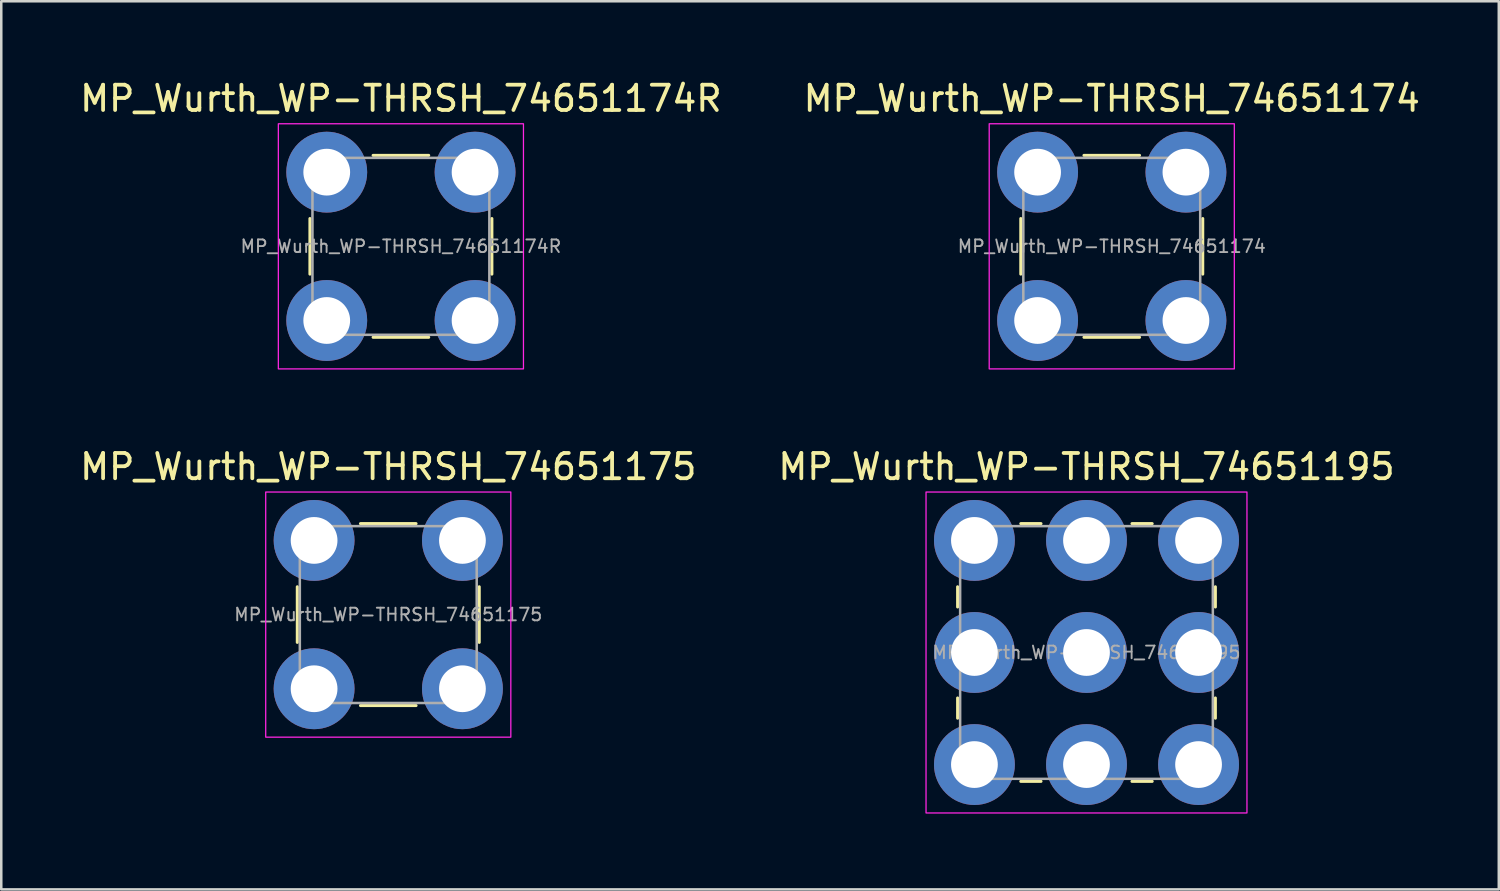
<source format=kicad_pcb>
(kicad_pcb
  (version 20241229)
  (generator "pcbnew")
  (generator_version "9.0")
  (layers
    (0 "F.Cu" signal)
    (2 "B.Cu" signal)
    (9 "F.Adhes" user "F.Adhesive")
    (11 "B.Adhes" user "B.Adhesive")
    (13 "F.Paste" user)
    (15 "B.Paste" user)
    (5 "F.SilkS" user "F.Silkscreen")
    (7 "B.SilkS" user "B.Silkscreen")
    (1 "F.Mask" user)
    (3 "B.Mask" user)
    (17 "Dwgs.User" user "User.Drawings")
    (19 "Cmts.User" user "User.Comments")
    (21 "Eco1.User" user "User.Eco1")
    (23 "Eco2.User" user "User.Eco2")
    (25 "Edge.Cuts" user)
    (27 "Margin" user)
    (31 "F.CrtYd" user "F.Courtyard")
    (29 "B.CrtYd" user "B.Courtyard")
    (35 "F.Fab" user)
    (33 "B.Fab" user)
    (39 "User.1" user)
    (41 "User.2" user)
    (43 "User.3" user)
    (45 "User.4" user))
  (footprint "MP_Wurth_WP-THRSH_74651174R"
    (layer "F.Cu")
    (at 12.815 6.698)
    (property "Reference" "MP_Wurth_WP-THRSH_74651174R" (at 0 -5.85 0) (unlocked yes) (layer "F.SilkS") (effects (font (size 1 1) (thickness 0.15))))
    (attr through_hole)
    (fp_line (start -3.6 1.1) (end -3.6 -1.1) (stroke (width 0.12) (type solid)) (layer "F.SilkS"))
    (fp_line (start -1.1 -3.6) (end 1.1 -3.6) (stroke (width 0.12) (type solid)) (layer "F.SilkS"))
    (fp_line (start 1.1 3.6) (end -1.1 3.6) (stroke (width 0.12) (type solid)) (layer "F.SilkS"))
    (fp_line (start 3.6 -1.1) (end 3.6 1.1) (stroke (width 0.12) (type solid)) (layer "F.SilkS"))
    (fp_circle (center -2.935 -2.935) (end -2.185 -2.935) (stroke (width 1.6) (type solid)) (fill no) (layer "F.Paste"))
    (fp_circle (center -2.935 2.935) (end -2.185 2.935) (stroke (width 1.6) (type solid)) (fill no) (layer "F.Paste"))
    (fp_circle (center 2.935 -2.935) (end 3.685 -2.935) (stroke (width 1.6) (type solid)) (fill no) (layer "F.Paste"))
    (fp_circle (center 2.935 2.935) (end 3.685 2.935) (stroke (width 1.6) (type solid)) (fill no) (layer "F.Paste"))
    (fp_rect (start -4.85 -4.85) (end 4.85 4.85) (stroke (width 0.05) (type solid)) (fill no) (layer "F.CrtYd"))
    (fp_line (start -3.5 -3.5) (end 3.5 -3.5) (stroke (width 0.1) (type solid)) (layer "F.Fab"))
    (fp_line (start -3.5 3.5) (end -3.5 -3.5) (stroke (width 0.1) (type solid)) (layer "F.Fab"))
    (fp_line (start 3.5 -3.5) (end 3.5 3.5) (stroke (width 0.1) (type solid)) (layer "F.Fab"))
    (fp_line (start 3.5 3.5) (end -3.5 3.5) (stroke (width 0.1) (type solid)) (layer "F.Fab"))
    (fp_text user "${REFERENCE}" (at 0 0 0) (unlocked yes) (layer "F.Fab") (effects (font (size 0.5 0.5) (thickness 0.075))))
    (pad "1" thru_hole circle (at -2.935 -2.935) (size 3.2 3.2) (drill 1.85) (layers "*.Cu" "*.Mask"))
    (pad "1" thru_hole circle (at -2.935 2.935) (size 3.2 3.2) (drill 1.85) (layers "*.Cu" "*.Mask"))
    (pad "1" thru_hole circle (at 2.935 -2.935) (size 3.2 3.2) (drill 1.85) (layers "*.Cu" "*.Mask"))
    (pad "1" thru_hole circle (at 2.935 2.935) (size 3.2 3.2) (drill 1.85) (layers "*.Cu" "*.Mask")))
  (footprint "MP_Wurth_WP-THRSH_74651175"
    (layer "F.Cu")
    (at 12.315 21.271)
    (property "Reference" "MP_Wurth_WP-THRSH_74651175" (at 0 -5.85 0) (unlocked yes) (layer "F.SilkS") (effects (font (size 1 1) (thickness 0.15))))
    (attr through_hole)
    (fp_line (start -3.6 1.1) (end -3.6 -1.1) (stroke (width 0.12) (type solid)) (layer "F.SilkS"))
    (fp_line (start -1.1 -3.6) (end 1.1 -3.6) (stroke (width 0.12) (type solid)) (layer "F.SilkS"))
    (fp_line (start 1.1 3.6) (end -1.1 3.6) (stroke (width 0.12) (type solid)) (layer "F.SilkS"))
    (fp_line (start 3.6 -1.1) (end 3.6 1.1) (stroke (width 0.12) (type solid)) (layer "F.SilkS"))
    (fp_circle (center -2.935 -2.935) (end -2.185 -2.935) (stroke (width 1.6) (type solid)) (fill no) (layer "F.Paste"))
    (fp_circle (center -2.935 2.935) (end -2.185 2.935) (stroke (width 1.6) (type solid)) (fill no) (layer "F.Paste"))
    (fp_circle (center 2.935 -2.935) (end 3.685 -2.935) (stroke (width 1.6) (type solid)) (fill no) (layer "F.Paste"))
    (fp_circle (center 2.935 2.935) (end 3.685 2.935) (stroke (width 1.6) (type solid)) (fill no) (layer "F.Paste"))
    (fp_rect (start -4.85 -4.85) (end 4.85 4.85) (stroke (width 0.05) (type solid)) (fill no) (layer "F.CrtYd"))
    (fp_line (start -3.5 -3.5) (end 3.5 -3.5) (stroke (width 0.1) (type solid)) (layer "F.Fab"))
    (fp_line (start -3.5 3.5) (end -3.5 -3.5) (stroke (width 0.1) (type solid)) (layer "F.Fab"))
    (fp_line (start 3.5 -3.5) (end 3.5 3.5) (stroke (width 0.1) (type solid)) (layer "F.Fab"))
    (fp_line (start 3.5 3.5) (end -3.5 3.5) (stroke (width 0.1) (type solid)) (layer "F.Fab"))
    (fp_text user "${REFERENCE}" (at 0 0 0) (unlocked yes) (layer "F.Fab") (effects (font (size 0.5 0.5) (thickness 0.075))))
    (pad "1" thru_hole circle (at -2.935 -2.935) (size 3.2 3.2) (drill 1.85) (layers "*.Cu" "*.Mask"))
    (pad "1" thru_hole circle (at -2.935 2.935) (size 3.2 3.2) (drill 1.85) (layers "*.Cu" "*.Mask"))
    (pad "1" thru_hole circle (at 2.935 -2.935) (size 3.2 3.2) (drill 1.85) (layers "*.Cu" "*.Mask"))
    (pad "1" thru_hole circle (at 2.935 2.935) (size 3.2 3.2) (drill 1.85) (layers "*.Cu" "*.Mask")))
  (footprint "MP_Wurth_WP-THRSH_74651174"
    (layer "F.Cu")
    (at 40.946 6.698)
    (property "Reference" "MP_Wurth_WP-THRSH_74651174" (at 0 -5.85 0) (unlocked yes) (layer "F.SilkS") (effects (font (size 1 1) (thickness 0.15))))
    (attr through_hole)
    (fp_line (start -3.6 1.1) (end -3.6 -1.1) (stroke (width 0.12) (type solid)) (layer "F.SilkS"))
    (fp_line (start -1.1 -3.6) (end 1.1 -3.6) (stroke (width 0.12) (type solid)) (layer "F.SilkS"))
    (fp_line (start 1.1 3.6) (end -1.1 3.6) (stroke (width 0.12) (type solid)) (layer "F.SilkS"))
    (fp_line (start 3.6 -1.1) (end 3.6 1.1) (stroke (width 0.12) (type solid)) (layer "F.SilkS"))
    (fp_circle (center -2.935 -2.935) (end -2.185 -2.935) (stroke (width 1.6) (type solid)) (fill no) (layer "F.Paste"))
    (fp_circle (center -2.935 2.935) (end -2.185 2.935) (stroke (width 1.6) (type solid)) (fill no) (layer "F.Paste"))
    (fp_circle (center 2.935 -2.935) (end 3.685 -2.935) (stroke (width 1.6) (type solid)) (fill no) (layer "F.Paste"))
    (fp_circle (center 2.935 2.935) (end 3.685 2.935) (stroke (width 1.6) (type solid)) (fill no) (layer "F.Paste"))
    (fp_rect (start -4.85 -4.85) (end 4.85 4.85) (stroke (width 0.05) (type solid)) (fill no) (layer "F.CrtYd"))
    (fp_line (start -3.5 -3.5) (end 3.5 -3.5) (stroke (width 0.1) (type solid)) (layer "F.Fab"))
    (fp_line (start -3.5 3.5) (end -3.5 -3.5) (stroke (width 0.1) (type solid)) (layer "F.Fab"))
    (fp_line (start 3.5 -3.5) (end 3.5 3.5) (stroke (width 0.1) (type solid)) (layer "F.Fab"))
    (fp_line (start 3.5 3.5) (end -3.5 3.5) (stroke (width 0.1) (type solid)) (layer "F.Fab"))
    (fp_text user "${REFERENCE}" (at 0 0 0) (unlocked yes) (layer "F.Fab") (effects (font (size 0.5 0.5) (thickness 0.075))))
    (pad "1" thru_hole circle (at -2.935 -2.935) (size 3.2 3.2) (drill 1.85) (layers "*.Cu" "*.Mask"))
    (pad "1" thru_hole circle (at -2.935 2.935) (size 3.2 3.2) (drill 1.85) (layers "*.Cu" "*.Mask"))
    (pad "1" thru_hole circle (at 2.935 -2.935) (size 3.2 3.2) (drill 1.85) (layers "*.Cu" "*.Mask"))
    (pad "1" thru_hole circle (at 2.935 2.935) (size 3.2 3.2) (drill 1.85) (layers "*.Cu" "*.Mask")))
  (footprint "MP_Wurth_WP-THRSH_74651195"
    (layer "F.Cu")
    (at 39.946 22.771)
    (property "Reference" "MP_Wurth_WP-THRSH_74651195" (at 0 -7.35 0) (unlocked yes) (layer "F.SilkS") (effects (font (size 1 1) (thickness 0.15))))
    (attr through_hole)
    (fp_line (start -5.1 -1.8) (end -5.1 -2.6) (stroke (width 0.12) (type solid)) (layer "F.SilkS"))
    (fp_line (start -5.1 2.6) (end -5.1 1.8) (stroke (width 0.12) (type solid)) (layer "F.SilkS"))
    (fp_line (start -2.6 -5.1) (end -1.8 -5.1) (stroke (width 0.12) (type solid)) (layer "F.SilkS"))
    (fp_line (start -1.8 5.1) (end -2.6 5.1) (stroke (width 0.12) (type solid)) (layer "F.SilkS"))
    (fp_line (start 1.8 -5.1) (end 2.6 -5.1) (stroke (width 0.12) (type solid)) (layer "F.SilkS"))
    (fp_line (start 2.6 5.1) (end 1.8 5.1) (stroke (width 0.12) (type solid)) (layer "F.SilkS"))
    (fp_line (start 5.1 -2.6) (end 5.1 -1.8) (stroke (width 0.12) (type solid)) (layer "F.SilkS"))
    (fp_line (start 5.1 1.8) (end 5.1 2.6) (stroke (width 0.12) (type solid)) (layer "F.SilkS"))
    (fp_circle (center -4.435 -4.435) (end -3.685 -4.435) (stroke (width 1.6) (type solid)) (fill no) (layer "F.Paste"))
    (fp_circle (center -4.435 0) (end -3.685 0) (stroke (width 1.6) (type solid)) (fill no) (layer "F.Paste"))
    (fp_circle (center -4.435 4.435) (end -3.685 4.435) (stroke (width 1.6) (type solid)) (fill no) (layer "F.Paste"))
    (fp_circle (center 0 -4.435) (end 0.75 -4.435) (stroke (width 1.6) (type solid)) (fill no) (layer "F.Paste"))
    (fp_circle (center 0 0) (end 0.75 0) (stroke (width 1.6) (type solid)) (fill no) (layer "F.Paste"))
    (fp_circle (center 0 4.435) (end 0.75 4.435) (stroke (width 1.6) (type solid)) (fill no) (layer "F.Paste"))
    (fp_circle (center 4.435 -4.435) (end 5.185 -4.435) (stroke (width 1.6) (type solid)) (fill no) (layer "F.Paste"))
    (fp_circle (center 4.435 0) (end 5.185 0) (stroke (width 1.6) (type solid)) (fill no) (layer "F.Paste"))
    (fp_circle (center 4.435 4.435) (end 5.185 4.435) (stroke (width 1.6) (type solid)) (fill no) (layer "F.Paste"))
    (fp_rect (start -6.35 -6.35) (end 6.35 6.35) (stroke (width 0.05) (type solid)) (fill no) (layer "F.CrtYd"))
    (fp_rect (start -5 -5) (end 5 5) (stroke (width 0.1) (type solid)) (fill no) (layer "F.Fab"))
    (fp_text user "${REFERENCE}" (at 0 0 0) (unlocked yes) (layer "F.Fab") (effects (font (size 0.5 0.5) (thickness 0.075))))
    (pad "1" thru_hole circle (at -4.435 -4.435) (size 3.2 3.2) (drill 1.85) (layers "*.Cu" "*.Mask"))
    (pad "1" thru_hole circle (at -4.435 0) (size 3.2 3.2) (drill 1.85) (layers "*.Cu" "*.Mask"))
    (pad "1" thru_hole circle (at -4.435 4.435) (size 3.2 3.2) (drill 1.85) (layers "*.Cu" "*.Mask"))
    (pad "1" thru_hole circle (at 0 -4.435) (size 3.2 3.2) (drill 1.85) (layers "*.Cu" "*.Mask"))
    (pad "1" thru_hole circle (at 0 0) (size 3.2 3.2) (drill 1.85) (layers "*.Cu" "*.Mask"))
    (pad "1" thru_hole circle (at 0 4.435) (size 3.2 3.2) (drill 1.85) (layers "*.Cu" "*.Mask"))
    (pad "1" thru_hole circle (at 4.435 -4.435) (size 3.2 3.2) (drill 1.85) (layers "*.Cu" "*.Mask"))
    (pad "1" thru_hole circle (at 4.435 0) (size 3.2 3.2) (drill 1.85) (layers "*.Cu" "*.Mask"))
    (pad "1" thru_hole circle (at 4.435 4.435) (size 3.2 3.2) (drill 1.85) (layers "*.Cu" "*.Mask")))
  (gr_rect
    (start -3 -3)
    (end 56.262 32.147)
    (stroke (width 0.1) (type default))
    (fill no)
    (layer "Edge.Cuts")))
</source>
